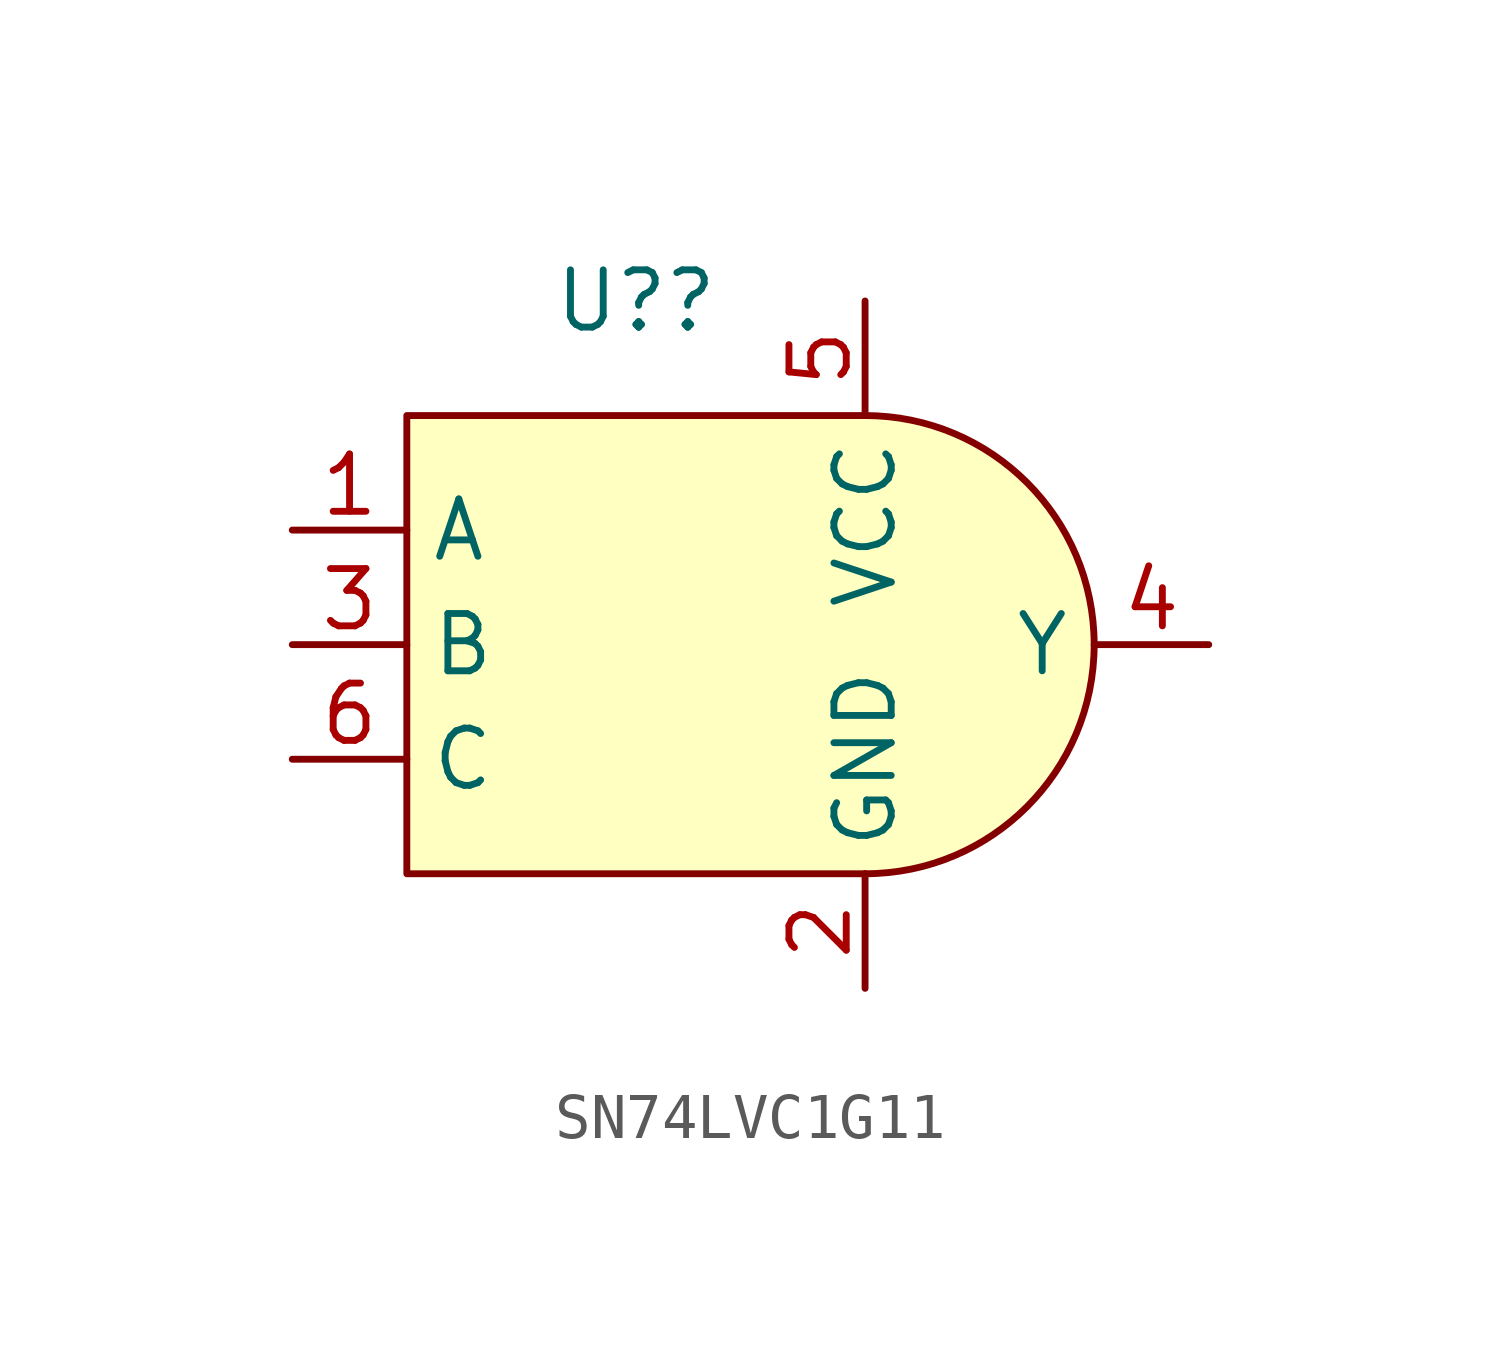
<source format=kicad_sym>
(kicad_symbol_lib
  (version 20241209)
  (generator "kicad_symbol_editor")
  (generator_version "9.0")
  (symbol "SN74LVC1G11"
    (property "Reference" "U?"
      (at -5.08 7.62 0)
      (effects (font (size 1.27 1.27))))
    (property "Value" ""
      (at 0 0 0)
      (effects (font (size 1.27 1.27))))
    (symbol "SN74LVC1G11_1_1"
      (polyline (pts (xy 0 5.08) (xy -10.16 5.08) (xy -10.16 -5.08) (xy 0 -5.08)) (stroke (width 0) (type solid)) (fill (type background)))
      (arc (start 0 5.08) (mid 5.08 0) (end 0 -5.08) (stroke (width 0) (type solid)) (fill (type background)))
      (pin input line (at -12.7 2.54 0) (length 2.54) (name "A" (effects (font (size 1.27 1.27)))) (number "1" (effects (font (size 1.27 1.27)))))
      (pin input line (at -12.7 0 0) (length 2.54) (name "B" (effects (font (size 1.27 1.27)))) (number "3" (effects (font (size 1.27 1.27)))))
      (pin input line (at -12.7 -2.54 0) (length 2.54) (name "C" (effects (font (size 1.27 1.27)))) (number "6" (effects (font (size 1.27 1.27)))))
      (pin power_in line (at 0 7.62 270) (length 2.54) (name "VCC" (effects (font (size 1.27 1.27)))) (number "5" (effects (font (size 1.27 1.27)))))
      (pin power_in line (at 0 -7.62 90) (length 2.54) (name "GND" (effects (font (size 1.27 1.27)))) (number "2" (effects (font (size 1.27 1.27)))))
      (pin output line (at 7.62 0 180) (length 2.54) (name "Y" (effects (font (size 1.27 1.27)))) (number "4" (effects (font (size 1.27 1.27))))))))
</source>
